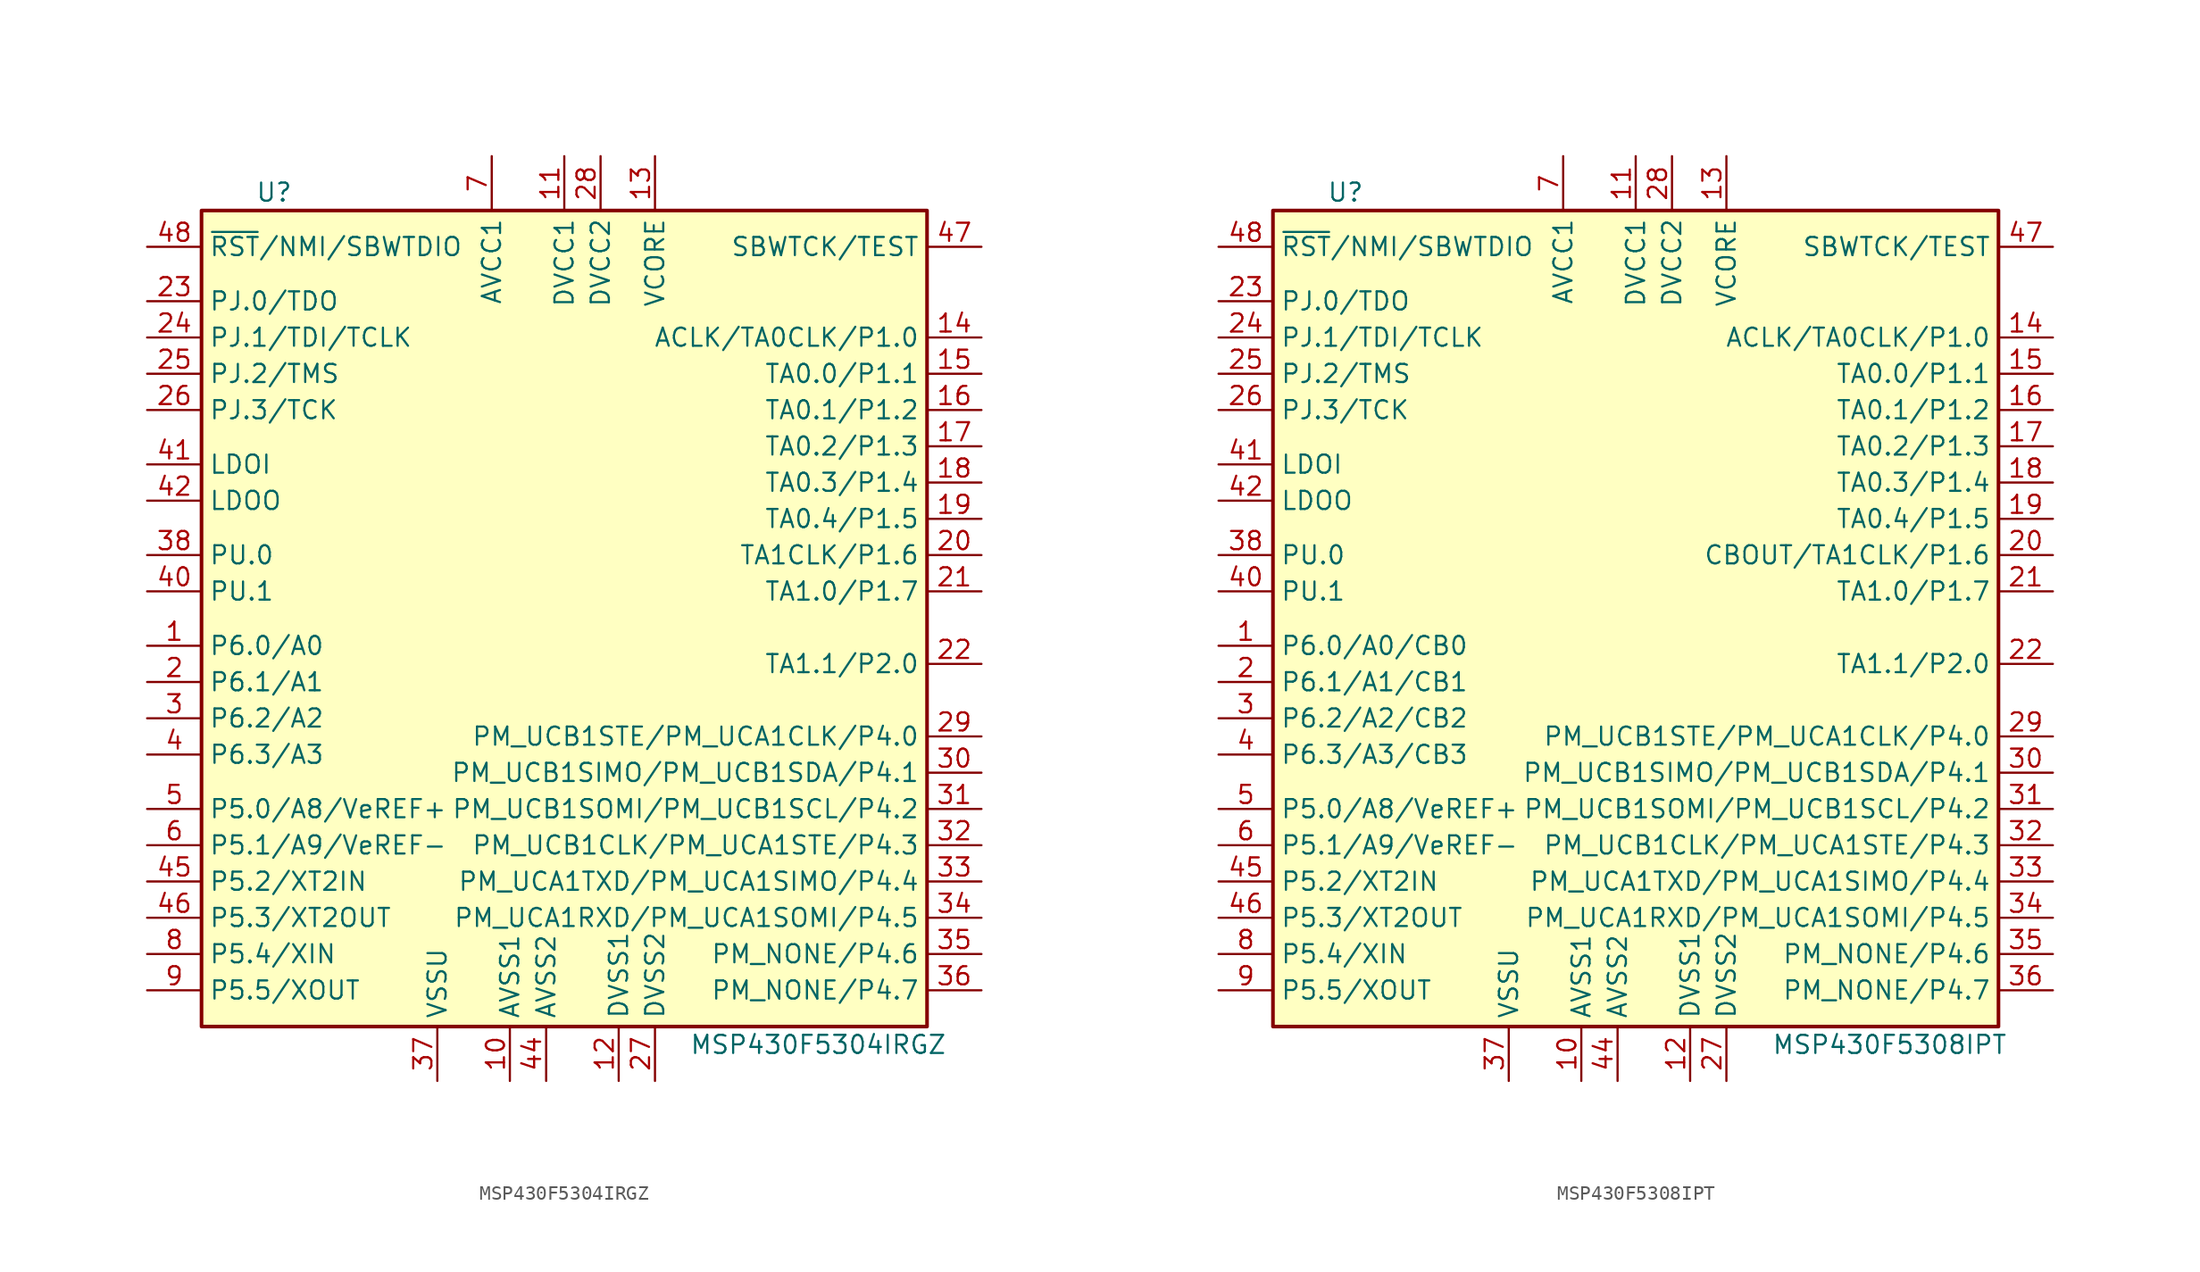
<source format=kicad_sym>
(kicad_symbol_lib
  (version 20241209)
  (generator "kicad_symbol_editor")
  (generator_version "9.0")
  (symbol "MSP430F5304IRGZ"
    (property "Reference" "U"
      (at -21.59 30.48 0)
      (effects (font (size 1.27 1.27))))
    (property "Value" "MSP430F5304IRGZ"
      (at 16.51 -29.21 0)
      (effects (font (size 1.27 1.27))))
    (symbol "MSP430F5304IRGZ_0_1"
      (rectangle (start -26.67 29.21) (end 24.13 -27.94) (stroke (width 0.254) (type default)) (fill (type background))))
    (symbol "MSP430F5304IRGZ_1_1"
      (pin input line (at -30.48 26.67 0) (length 3.81) (name "~{RST}/NMI/SBWTDIO" (effects (font (size 1.27 1.27)))) (number "48" (effects (font (size 1.27 1.27)))))
      (pin bidirectional line (at -30.48 22.86 0) (length 3.81) (name "PJ.0/TDO" (effects (font (size 1.27 1.27)))) (number "23" (effects (font (size 1.27 1.27)))))
      (pin bidirectional line (at -30.48 20.32 0) (length 3.81) (name "PJ.1/TDI/TCLK" (effects (font (size 1.27 1.27)))) (number "24" (effects (font (size 1.27 1.27)))))
      (pin bidirectional line (at -30.48 17.78 0) (length 3.81) (name "PJ.2/TMS" (effects (font (size 1.27 1.27)))) (number "25" (effects (font (size 1.27 1.27)))))
      (pin bidirectional line (at -30.48 15.24 0) (length 3.81) (name "PJ.3/TCK" (effects (font (size 1.27 1.27)))) (number "26" (effects (font (size 1.27 1.27)))))
      (pin power_in line (at -30.48 11.43 0) (length 3.81) (name "LDOI" (effects (font (size 1.27 1.27)))) (number "41" (effects (font (size 1.27 1.27)))))
      (pin power_out line (at -30.48 8.89 0) (length 3.81) (name "LDOO" (effects (font (size 1.27 1.27)))) (number "42" (effects (font (size 1.27 1.27)))))
      (pin bidirectional line (at -30.48 5.08 0) (length 3.81) (name "PU.0" (effects (font (size 1.27 1.27)))) (number "38" (effects (font (size 1.27 1.27)))))
      (pin bidirectional line (at -30.48 2.54 0) (length 3.81) (name "PU.1" (effects (font (size 1.27 1.27)))) (number "40" (effects (font (size 1.27 1.27)))))
      (pin bidirectional line (at -30.48 -1.27 0) (length 3.81) (name "P6.0/A0" (effects (font (size 1.27 1.27)))) (number "1" (effects (font (size 1.27 1.27)))))
      (pin bidirectional line (at -30.48 -3.81 0) (length 3.81) (name "P6.1/A1" (effects (font (size 1.27 1.27)))) (number "2" (effects (font (size 1.27 1.27)))))
      (pin bidirectional line (at -30.48 -6.35 0) (length 3.81) (name "P6.2/A2" (effects (font (size 1.27 1.27)))) (number "3" (effects (font (size 1.27 1.27)))))
      (pin bidirectional line (at -30.48 -8.89 0) (length 3.81) (name "P6.3/A3" (effects (font (size 1.27 1.27)))) (number "4" (effects (font (size 1.27 1.27)))))
      (pin bidirectional line (at -30.48 -12.7 0) (length 3.81) (name "P5.0/A8/VeREF+" (effects (font (size 1.27 1.27)))) (number "5" (effects (font (size 1.27 1.27)))))
      (pin bidirectional line (at -30.48 -15.24 0) (length 3.81) (name "P5.1/A9/VeREF-" (effects (font (size 1.27 1.27)))) (number "6" (effects (font (size 1.27 1.27)))))
      (pin bidirectional line (at -30.48 -17.78 0) (length 3.81) (name "P5.2/XT2IN" (effects (font (size 1.27 1.27)))) (number "45" (effects (font (size 1.27 1.27)))))
      (pin bidirectional line (at -30.48 -20.32 0) (length 3.81) (name "P5.3/XT2OUT" (effects (font (size 1.27 1.27)))) (number "46" (effects (font (size 1.27 1.27)))))
      (pin bidirectional line (at -30.48 -22.86 0) (length 3.81) (name "P5.4/XIN" (effects (font (size 1.27 1.27)))) (number "8" (effects (font (size 1.27 1.27)))))
      (pin bidirectional line (at -30.48 -25.4 0) (length 3.81) (name "P5.5/XOUT" (effects (font (size 1.27 1.27)))) (number "9" (effects (font (size 1.27 1.27)))))
      (pin power_in line (at -10.16 -31.75 90) (length 3.81) (name "VSSU" (effects (font (size 1.27 1.27)))) (number "37" (effects (font (size 1.27 1.27)))))
      (pin power_in line (at -6.35 33.02 270) (length 3.81) (name "AVCC1" (effects (font (size 1.27 1.27)))) (number "7" (effects (font (size 1.27 1.27)))))
      (pin power_in line (at -5.08 -31.75 90) (length 3.81) (name "AVSS1" (effects (font (size 1.27 1.27)))) (number "10" (effects (font (size 1.27 1.27)))))
      (pin power_in line (at -2.54 -31.75 90) (length 3.81) (name "AVSS2" (effects (font (size 1.27 1.27)))) (number "44" (effects (font (size 1.27 1.27)))))
      (pin power_in line (at -1.27 33.02 270) (length 3.81) (name "DVCC1" (effects (font (size 1.27 1.27)))) (number "11" (effects (font (size 1.27 1.27)))))
      (pin power_in line (at 1.27 33.02 270) (length 3.81) (name "DVCC2" (effects (font (size 1.27 1.27)))) (number "28" (effects (font (size 1.27 1.27)))))
      (pin power_in line (at 2.54 -31.75 90) (length 3.81) (name "DVSS1" (effects (font (size 1.27 1.27)))) (number "12" (effects (font (size 1.27 1.27)))))
      (pin bidirectional line (at 5.08 33.02 270) (length 3.81) (name "VCORE" (effects (font (size 1.27 1.27)))) (number "13" (effects (font (size 1.27 1.27)))))
      (pin power_in line (at 5.08 -31.75 90) (length 3.81) (name "DVSS2" (effects (font (size 1.27 1.27)))) (number "27" (effects (font (size 1.27 1.27)))))
      (pin input line (at 27.94 26.67 180) (length 3.81) (name "SBWTCK/TEST" (effects (font (size 1.27 1.27)))) (number "47" (effects (font (size 1.27 1.27)))))
      (pin bidirectional line (at 27.94 20.32 180) (length 3.81) (name "ACLK/TA0CLK/P1.0" (effects (font (size 1.27 1.27)))) (number "14" (effects (font (size 1.27 1.27)))))
      (pin bidirectional line (at 27.94 17.78 180) (length 3.81) (name "TA0.0/P1.1" (effects (font (size 1.27 1.27)))) (number "15" (effects (font (size 1.27 1.27)))))
      (pin bidirectional line (at 27.94 15.24 180) (length 3.81) (name "TA0.1/P1.2" (effects (font (size 1.27 1.27)))) (number "16" (effects (font (size 1.27 1.27)))))
      (pin bidirectional line (at 27.94 12.7 180) (length 3.81) (name "TA0.2/P1.3" (effects (font (size 1.27 1.27)))) (number "17" (effects (font (size 1.27 1.27)))))
      (pin bidirectional line (at 27.94 10.16 180) (length 3.81) (name "TA0.3/P1.4" (effects (font (size 1.27 1.27)))) (number "18" (effects (font (size 1.27 1.27)))))
      (pin bidirectional line (at 27.94 7.62 180) (length 3.81) (name "TA0.4/P1.5" (effects (font (size 1.27 1.27)))) (number "19" (effects (font (size 1.27 1.27)))))
      (pin bidirectional line (at 27.94 5.08 180) (length 3.81) (name "TA1CLK/P1.6" (effects (font (size 1.27 1.27)))) (number "20" (effects (font (size 1.27 1.27)))))
      (pin bidirectional line (at 27.94 2.54 180) (length 3.81) (name "TA1.0/P1.7" (effects (font (size 1.27 1.27)))) (number "21" (effects (font (size 1.27 1.27)))))
      (pin bidirectional line (at 27.94 -2.54 180) (length 3.81) (name "TA1.1/P2.0" (effects (font (size 1.27 1.27)))) (number "22" (effects (font (size 1.27 1.27)))))
      (pin bidirectional line (at 27.94 -7.62 180) (length 3.81) (name "PM_UCB1STE/PM_UCA1CLK/P4.0" (effects (font (size 1.27 1.27)))) (number "29" (effects (font (size 1.27 1.27)))))
      (pin bidirectional line (at 27.94 -10.16 180) (length 3.81) (name "PM_UCB1SIMO/PM_UCB1SDA/P4.1" (effects (font (size 1.27 1.27)))) (number "30" (effects (font (size 1.27 1.27)))))
      (pin bidirectional line (at 27.94 -12.7 180) (length 3.81) (name "PM_UCB1SOMI/PM_UCB1SCL/P4.2" (effects (font (size 1.27 1.27)))) (number "31" (effects (font (size 1.27 1.27)))))
      (pin bidirectional line (at 27.94 -15.24 180) (length 3.81) (name "PM_UCB1CLK/PM_UCA1STE/P4.3" (effects (font (size 1.27 1.27)))) (number "32" (effects (font (size 1.27 1.27)))))
      (pin bidirectional line (at 27.94 -17.78 180) (length 3.81) (name "PM_UCA1TXD/PM_UCA1SIMO/P4.4" (effects (font (size 1.27 1.27)))) (number "33" (effects (font (size 1.27 1.27)))))
      (pin bidirectional line (at 27.94 -20.32 180) (length 3.81) (name "PM_UCA1RXD/PM_UCA1SOMI/P4.5" (effects (font (size 1.27 1.27)))) (number "34" (effects (font (size 1.27 1.27)))))
      (pin bidirectional line (at 27.94 -22.86 180) (length 3.81) (name "PM_NONE/P4.6" (effects (font (size 1.27 1.27)))) (number "35" (effects (font (size 1.27 1.27)))))
      (pin bidirectional line (at 27.94 -25.4 180) (length 3.81) (name "PM_NONE/P4.7" (effects (font (size 1.27 1.27)))) (number "36" (effects (font (size 1.27 1.27)))))))
  (symbol "MSP430F5308IPT"
    (property "Reference" "U"
      (at -21.59 30.48 0)
      (effects (font (size 1.27 1.27))))
    (property "Value" "MSP430F5308IPT"
      (at 16.51 -29.21 0)
      (effects (font (size 1.27 1.27))))
    (symbol "MSP430F5308IPT_0_1"
      (rectangle (start -26.67 29.21) (end 24.13 -27.94) (stroke (width 0.254) (type default)) (fill (type background))))
    (symbol "MSP430F5308IPT_1_1"
      (pin input line (at -30.48 26.67 0) (length 3.81) (name "~{RST}/NMI/SBWTDIO" (effects (font (size 1.27 1.27)))) (number "48" (effects (font (size 1.27 1.27)))))
      (pin bidirectional line (at -30.48 22.86 0) (length 3.81) (name "PJ.0/TDO" (effects (font (size 1.27 1.27)))) (number "23" (effects (font (size 1.27 1.27)))))
      (pin bidirectional line (at -30.48 20.32 0) (length 3.81) (name "PJ.1/TDI/TCLK" (effects (font (size 1.27 1.27)))) (number "24" (effects (font (size 1.27 1.27)))))
      (pin bidirectional line (at -30.48 17.78 0) (length 3.81) (name "PJ.2/TMS" (effects (font (size 1.27 1.27)))) (number "25" (effects (font (size 1.27 1.27)))))
      (pin bidirectional line (at -30.48 15.24 0) (length 3.81) (name "PJ.3/TCK" (effects (font (size 1.27 1.27)))) (number "26" (effects (font (size 1.27 1.27)))))
      (pin power_in line (at -30.48 11.43 0) (length 3.81) (name "LDOI" (effects (font (size 1.27 1.27)))) (number "41" (effects (font (size 1.27 1.27)))))
      (pin power_out line (at -30.48 8.89 0) (length 3.81) (name "LDOO" (effects (font (size 1.27 1.27)))) (number "42" (effects (font (size 1.27 1.27)))))
      (pin bidirectional line (at -30.48 5.08 0) (length 3.81) (name "PU.0" (effects (font (size 1.27 1.27)))) (number "38" (effects (font (size 1.27 1.27)))))
      (pin bidirectional line (at -30.48 2.54 0) (length 3.81) (name "PU.1" (effects (font (size 1.27 1.27)))) (number "40" (effects (font (size 1.27 1.27)))))
      (pin bidirectional line (at -30.48 -1.27 0) (length 3.81) (name "P6.0/A0/CB0" (effects (font (size 1.27 1.27)))) (number "1" (effects (font (size 1.27 1.27)))))
      (pin bidirectional line (at -30.48 -3.81 0) (length 3.81) (name "P6.1/A1/CB1" (effects (font (size 1.27 1.27)))) (number "2" (effects (font (size 1.27 1.27)))))
      (pin bidirectional line (at -30.48 -6.35 0) (length 3.81) (name "P6.2/A2/CB2" (effects (font (size 1.27 1.27)))) (number "3" (effects (font (size 1.27 1.27)))))
      (pin bidirectional line (at -30.48 -8.89 0) (length 3.81) (name "P6.3/A3/CB3" (effects (font (size 1.27 1.27)))) (number "4" (effects (font (size 1.27 1.27)))))
      (pin bidirectional line (at -30.48 -12.7 0) (length 3.81) (name "P5.0/A8/VeREF+" (effects (font (size 1.27 1.27)))) (number "5" (effects (font (size 1.27 1.27)))))
      (pin bidirectional line (at -30.48 -15.24 0) (length 3.81) (name "P5.1/A9/VeREF-" (effects (font (size 1.27 1.27)))) (number "6" (effects (font (size 1.27 1.27)))))
      (pin bidirectional line (at -30.48 -17.78 0) (length 3.81) (name "P5.2/XT2IN" (effects (font (size 1.27 1.27)))) (number "45" (effects (font (size 1.27 1.27)))))
      (pin bidirectional line (at -30.48 -20.32 0) (length 3.81) (name "P5.3/XT2OUT" (effects (font (size 1.27 1.27)))) (number "46" (effects (font (size 1.27 1.27)))))
      (pin bidirectional line (at -30.48 -22.86 0) (length 3.81) (name "P5.4/XIN" (effects (font (size 1.27 1.27)))) (number "8" (effects (font (size 1.27 1.27)))))
      (pin bidirectional line (at -30.48 -25.4 0) (length 3.81) (name "P5.5/XOUT" (effects (font (size 1.27 1.27)))) (number "9" (effects (font (size 1.27 1.27)))))
      (pin power_in line (at -10.16 -31.75 90) (length 3.81) (name "VSSU" (effects (font (size 1.27 1.27)))) (number "37" (effects (font (size 1.27 1.27)))))
      (pin power_in line (at -6.35 33.02 270) (length 3.81) (name "AVCC1" (effects (font (size 1.27 1.27)))) (number "7" (effects (font (size 1.27 1.27)))))
      (pin power_in line (at -5.08 -31.75 90) (length 3.81) (name "AVSS1" (effects (font (size 1.27 1.27)))) (number "10" (effects (font (size 1.27 1.27)))))
      (pin power_in line (at -2.54 -31.75 90) (length 3.81) (name "AVSS2" (effects (font (size 1.27 1.27)))) (number "44" (effects (font (size 1.27 1.27)))))
      (pin power_in line (at -1.27 33.02 270) (length 3.81) (name "DVCC1" (effects (font (size 1.27 1.27)))) (number "11" (effects (font (size 1.27 1.27)))))
      (pin power_in line (at 1.27 33.02 270) (length 3.81) (name "DVCC2" (effects (font (size 1.27 1.27)))) (number "28" (effects (font (size 1.27 1.27)))))
      (pin power_in line (at 2.54 -31.75 90) (length 3.81) (name "DVSS1" (effects (font (size 1.27 1.27)))) (number "12" (effects (font (size 1.27 1.27)))))
      (pin bidirectional line (at 5.08 33.02 270) (length 3.81) (name "VCORE" (effects (font (size 1.27 1.27)))) (number "13" (effects (font (size 1.27 1.27)))))
      (pin power_in line (at 5.08 -31.75 90) (length 3.81) (name "DVSS2" (effects (font (size 1.27 1.27)))) (number "27" (effects (font (size 1.27 1.27)))))
      (pin input line (at 27.94 26.67 180) (length 3.81) (name "SBWTCK/TEST" (effects (font (size 1.27 1.27)))) (number "47" (effects (font (size 1.27 1.27)))))
      (pin bidirectional line (at 27.94 20.32 180) (length 3.81) (name "ACLK/TA0CLK/P1.0" (effects (font (size 1.27 1.27)))) (number "14" (effects (font (size 1.27 1.27)))))
      (pin bidirectional line (at 27.94 17.78 180) (length 3.81) (name "TA0.0/P1.1" (effects (font (size 1.27 1.27)))) (number "15" (effects (font (size 1.27 1.27)))))
      (pin bidirectional line (at 27.94 15.24 180) (length 3.81) (name "TA0.1/P1.2" (effects (font (size 1.27 1.27)))) (number "16" (effects (font (size 1.27 1.27)))))
      (pin bidirectional line (at 27.94 12.7 180) (length 3.81) (name "TA0.2/P1.3" (effects (font (size 1.27 1.27)))) (number "17" (effects (font (size 1.27 1.27)))))
      (pin bidirectional line (at 27.94 10.16 180) (length 3.81) (name "TA0.3/P1.4" (effects (font (size 1.27 1.27)))) (number "18" (effects (font (size 1.27 1.27)))))
      (pin bidirectional line (at 27.94 7.62 180) (length 3.81) (name "TA0.4/P1.5" (effects (font (size 1.27 1.27)))) (number "19" (effects (font (size 1.27 1.27)))))
      (pin bidirectional line (at 27.94 5.08 180) (length 3.81) (name "CBOUT/TA1CLK/P1.6" (effects (font (size 1.27 1.27)))) (number "20" (effects (font (size 1.27 1.27)))))
      (pin bidirectional line (at 27.94 2.54 180) (length 3.81) (name "TA1.0/P1.7" (effects (font (size 1.27 1.27)))) (number "21" (effects (font (size 1.27 1.27)))))
      (pin bidirectional line (at 27.94 -2.54 180) (length 3.81) (name "TA1.1/P2.0" (effects (font (size 1.27 1.27)))) (number "22" (effects (font (size 1.27 1.27)))))
      (pin bidirectional line (at 27.94 -7.62 180) (length 3.81) (name "PM_UCB1STE/PM_UCA1CLK/P4.0" (effects (font (size 1.27 1.27)))) (number "29" (effects (font (size 1.27 1.27)))))
      (pin bidirectional line (at 27.94 -10.16 180) (length 3.81) (name "PM_UCB1SIMO/PM_UCB1SDA/P4.1" (effects (font (size 1.27 1.27)))) (number "30" (effects (font (size 1.27 1.27)))))
      (pin bidirectional line (at 27.94 -12.7 180) (length 3.81) (name "PM_UCB1SOMI/PM_UCB1SCL/P4.2" (effects (font (size 1.27 1.27)))) (number "31" (effects (font (size 1.27 1.27)))))
      (pin bidirectional line (at 27.94 -15.24 180) (length 3.81) (name "PM_UCB1CLK/PM_UCA1STE/P4.3" (effects (font (size 1.27 1.27)))) (number "32" (effects (font (size 1.27 1.27)))))
      (pin bidirectional line (at 27.94 -17.78 180) (length 3.81) (name "PM_UCA1TXD/PM_UCA1SIMO/P4.4" (effects (font (size 1.27 1.27)))) (number "33" (effects (font (size 1.27 1.27)))))
      (pin bidirectional line (at 27.94 -20.32 180) (length 3.81) (name "PM_UCA1RXD/PM_UCA1SOMI/P4.5" (effects (font (size 1.27 1.27)))) (number "34" (effects (font (size 1.27 1.27)))))
      (pin bidirectional line (at 27.94 -22.86 180) (length 3.81) (name "PM_NONE/P4.6" (effects (font (size 1.27 1.27)))) (number "35" (effects (font (size 1.27 1.27)))))
      (pin bidirectional line (at 27.94 -25.4 180) (length 3.81) (name "PM_NONE/P4.7" (effects (font (size 1.27 1.27)))) (number "36" (effects (font (size 1.27 1.27))))))))
</source>
